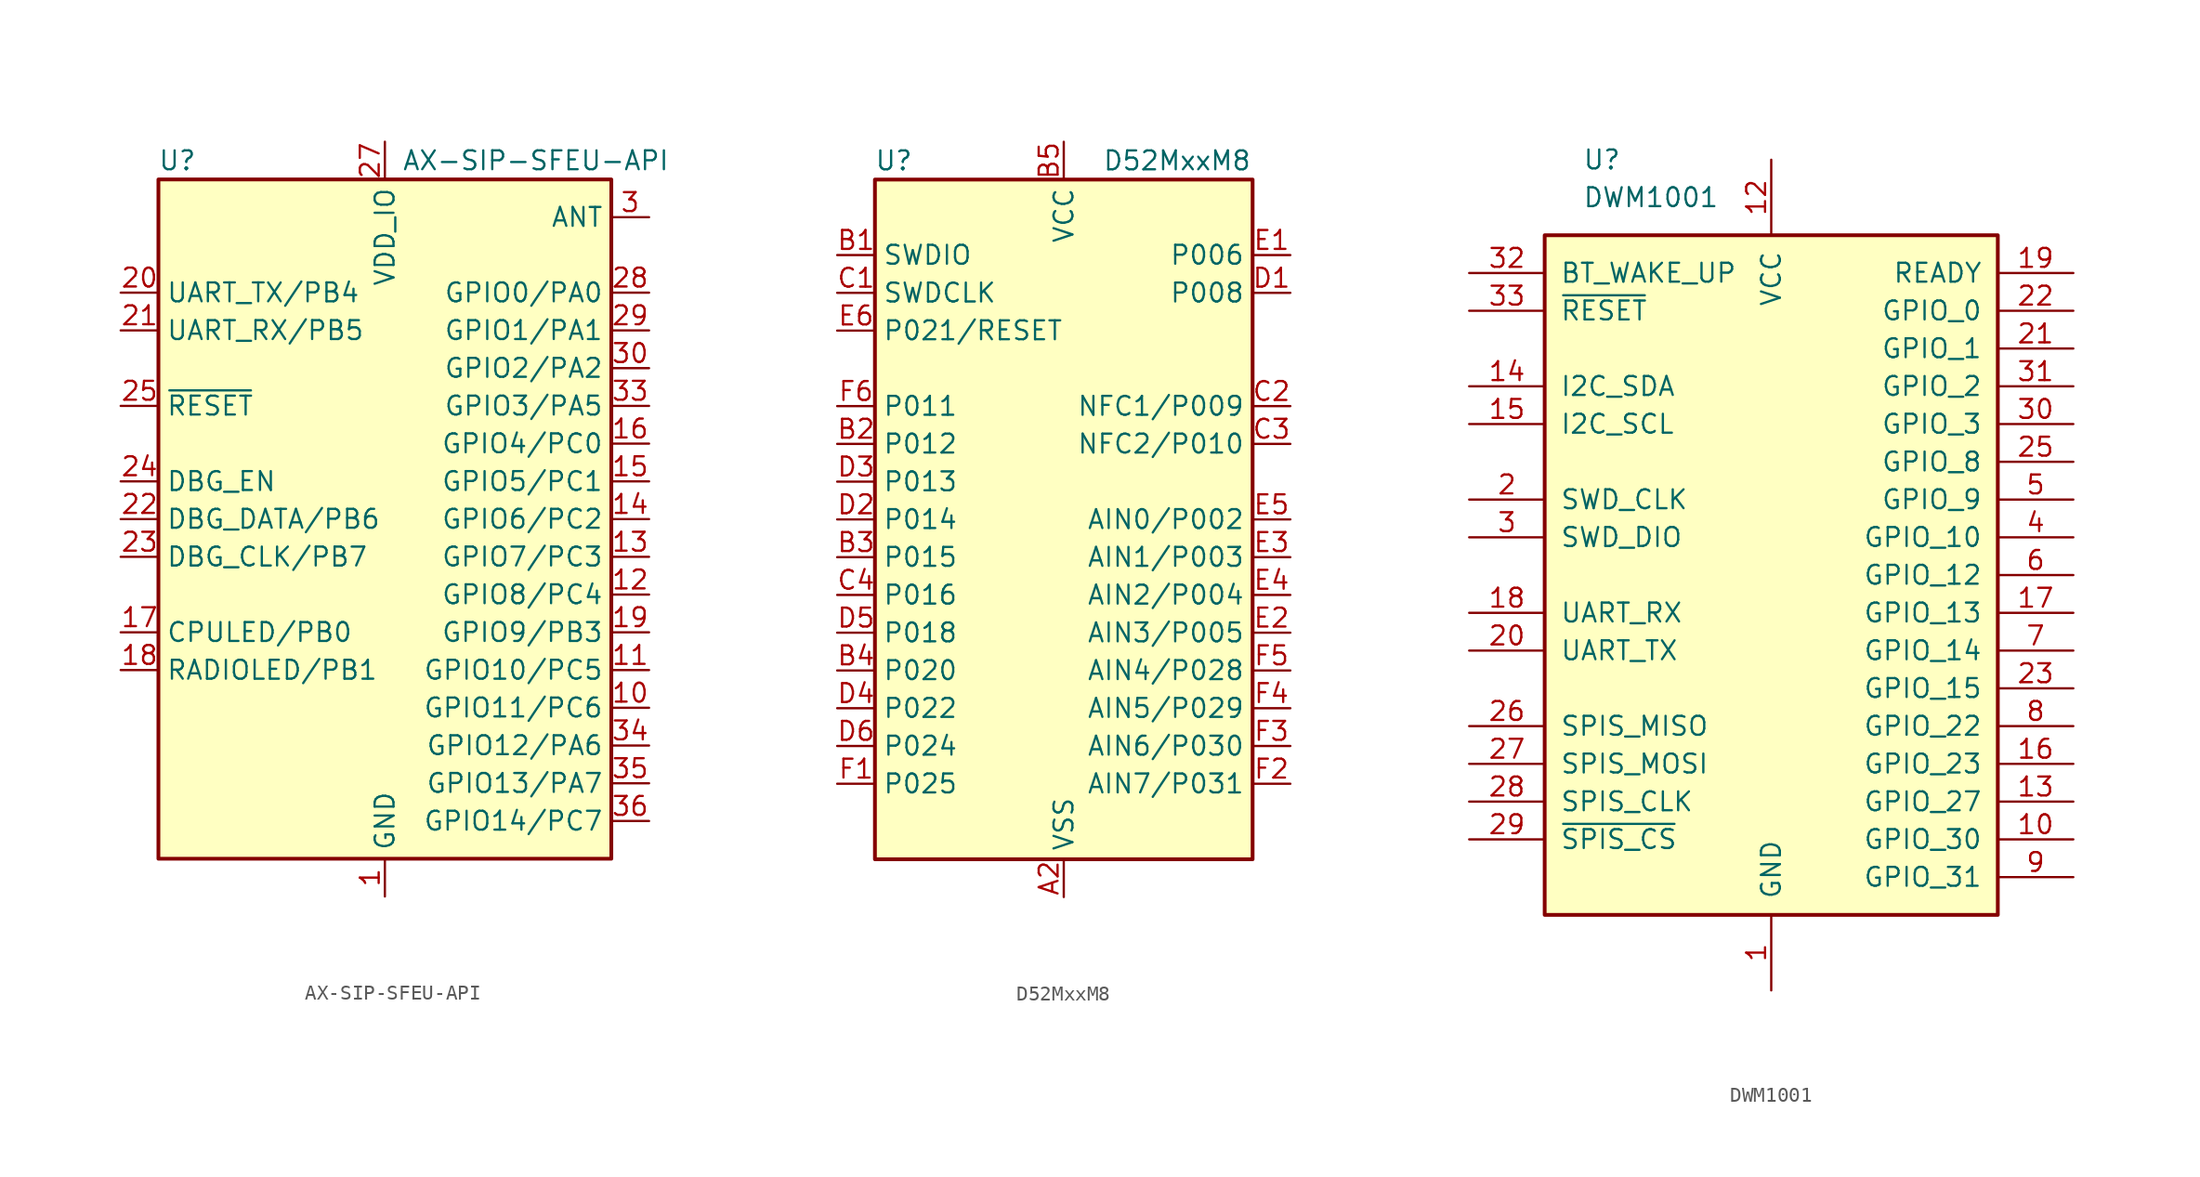
<source format=kicad_sym>
(kicad_symbol_lib
  (version 20241209)
  (generator "kicad_symbol_editor")
  (generator_version "9.0")
  (symbol "AX-SIP-SFEU-API"
    (property "Reference" "U"
      (at -13.97 24.13 0)
      (effects (font (size 1.27 1.27))))
    (property "Value" "AX-SIP-SFEU-API"
      (at 10.16 24.13 0)
      (effects (font (size 1.27 1.27))))
    (symbol "AX-SIP-SFEU-API_0_1"
      (rectangle (start -15.24 22.86) (end 15.24 -22.86) (stroke (width 0.254) (type default)) (fill (type background))))
    (symbol "AX-SIP-SFEU-API_1_1"
      (pin output line (at -17.78 15.24 0) (length 2.54) (name "UART_TX/PB4" (effects (font (size 1.27 1.27)))) (number "20" (effects (font (size 1.27 1.27)))))
      (pin input line (at -17.78 12.7 0) (length 2.54) (name "UART_RX/PB5" (effects (font (size 1.27 1.27)))) (number "21" (effects (font (size 1.27 1.27)))))
      (pin input line (at -17.78 7.62 0) (length 2.54) (name "~{RESET}" (effects (font (size 1.27 1.27)))) (number "25" (effects (font (size 1.27 1.27)))))
      (pin input line (at -17.78 2.54 0) (length 2.54) (name "DBG_EN" (effects (font (size 1.27 1.27)))) (number "24" (effects (font (size 1.27 1.27)))))
      (pin bidirectional line (at -17.78 0 0) (length 2.54) (name "DBG_DATA/PB6" (effects (font (size 1.27 1.27)))) (number "22" (effects (font (size 1.27 1.27)))))
      (pin input line (at -17.78 -2.54 0) (length 2.54) (name "DBG_CLK/PB7" (effects (font (size 1.27 1.27)))) (number "23" (effects (font (size 1.27 1.27)))))
      (pin output line (at -17.78 -7.62 0) (length 2.54) (name "CPULED/PB0" (effects (font (size 1.27 1.27)))) (number "17" (effects (font (size 1.27 1.27)))))
      (pin output line (at -17.78 -10.16 0) (length 2.54) (name "RADIOLED/PB1" (effects (font (size 1.27 1.27)))) (number "18" (effects (font (size 1.27 1.27)))))
      (pin no_connect line (at -10.16 22.86 270) (length 2.54) (hide yes) (name "NC" (effects (font (size 1.27 1.27)))) (number "5" (effects (font (size 1.27 1.27)))))
      (pin no_connect line (at -7.62 22.86 270) (length 2.54) (hide yes) (name "NC" (effects (font (size 1.27 1.27)))) (number "7" (effects (font (size 1.27 1.27)))))
      (pin no_connect line (at -5.08 22.86 270) (length 2.54) (hide yes) (name "NC" (effects (font (size 1.27 1.27)))) (number "8" (effects (font (size 1.27 1.27)))))
      (pin no_connect line (at -2.54 22.86 270) (length 2.54) (hide yes) (name "NC" (effects (font (size 1.27 1.27)))) (number "9" (effects (font (size 1.27 1.27)))))
      (pin power_in line (at 0 25.4 270) (length 2.54) (name "VDD_IO" (effects (font (size 1.27 1.27)))) (number "27" (effects (font (size 1.27 1.27)))))
      (pin power_in line (at 0 -25.4 90) (length 2.54) (name "GND" (effects (font (size 1.27 1.27)))) (number "1" (effects (font (size 1.27 1.27)))))
      (pin passive line (at 0 -25.4 90) (length 2.54) (hide yes) (name "GND" (effects (font (size 1.27 1.27)))) (number "2" (effects (font (size 1.27 1.27)))))
      (pin passive line (at 0 -25.4 90) (length 2.54) (hide yes) (name "GND" (effects (font (size 1.27 1.27)))) (number "26" (effects (font (size 1.27 1.27)))))
      (pin passive line (at 0 -25.4 90) (length 2.54) (hide yes) (name "GND" (effects (font (size 1.27 1.27)))) (number "39" (effects (font (size 1.27 1.27)))))
      (pin passive line (at 0 -25.4 90) (length 2.54) (hide yes) (name "GND" (effects (font (size 1.27 1.27)))) (number "4" (effects (font (size 1.27 1.27)))))
      (pin passive line (at 0 -25.4 90) (length 2.54) (hide yes) (name "GND" (effects (font (size 1.27 1.27)))) (number "40" (effects (font (size 1.27 1.27)))))
      (pin passive line (at 0 -25.4 90) (length 2.54) (hide yes) (name "GND" (effects (font (size 1.27 1.27)))) (number "41" (effects (font (size 1.27 1.27)))))
      (pin passive line (at 0 -25.4 90) (length 2.54) (hide yes) (name "GND" (effects (font (size 1.27 1.27)))) (number "42" (effects (font (size 1.27 1.27)))))
      (pin passive line (at 0 -25.4 90) (length 2.54) (hide yes) (name "GND" (effects (font (size 1.27 1.27)))) (number "43" (effects (font (size 1.27 1.27)))))
      (pin passive line (at 0 -25.4 90) (length 2.54) (hide yes) (name "GND" (effects (font (size 1.27 1.27)))) (number "44" (effects (font (size 1.27 1.27)))))
      (pin passive line (at 0 -25.4 90) (length 2.54) (hide yes) (name "GND" (effects (font (size 1.27 1.27)))) (number "6" (effects (font (size 1.27 1.27)))))
      (pin no_connect line (at 2.54 22.86 270) (length 2.54) (hide yes) (name "NC" (effects (font (size 1.27 1.27)))) (number "31" (effects (font (size 1.27 1.27)))))
      (pin no_connect line (at 5.08 22.86 270) (length 2.54) (hide yes) (name "NC" (effects (font (size 1.27 1.27)))) (number "32" (effects (font (size 1.27 1.27)))))
      (pin no_connect line (at 7.62 22.86 270) (length 2.54) (hide yes) (name "NC" (effects (font (size 1.27 1.27)))) (number "37" (effects (font (size 1.27 1.27)))))
      (pin no_connect line (at 10.16 22.86 270) (length 2.54) (hide yes) (name "NC" (effects (font (size 1.27 1.27)))) (number "38" (effects (font (size 1.27 1.27)))))
      (pin passive line (at 17.78 20.32 180) (length 2.54) (name "ANT" (effects (font (size 1.27 1.27)))) (number "3" (effects (font (size 1.27 1.27)))))
      (pin bidirectional line (at 17.78 15.24 180) (length 2.54) (name "GPIO0/PA0" (effects (font (size 1.27 1.27)))) (number "28" (effects (font (size 1.27 1.27)))))
      (pin bidirectional line (at 17.78 12.7 180) (length 2.54) (name "GPIO1/PA1" (effects (font (size 1.27 1.27)))) (number "29" (effects (font (size 1.27 1.27)))))
      (pin bidirectional line (at 17.78 10.16 180) (length 2.54) (name "GPIO2/PA2" (effects (font (size 1.27 1.27)))) (number "30" (effects (font (size 1.27 1.27)))))
      (pin bidirectional line (at 17.78 7.62 180) (length 2.54) (name "GPIO3/PA5" (effects (font (size 1.27 1.27)))) (number "33" (effects (font (size 1.27 1.27)))))
      (pin bidirectional line (at 17.78 5.08 180) (length 2.54) (name "GPIO4/PC0" (effects (font (size 1.27 1.27)))) (number "16" (effects (font (size 1.27 1.27)))))
      (pin bidirectional line (at 17.78 2.54 180) (length 2.54) (name "GPIO5/PC1" (effects (font (size 1.27 1.27)))) (number "15" (effects (font (size 1.27 1.27)))))
      (pin bidirectional line (at 17.78 0 180) (length 2.54) (name "GPIO6/PC2" (effects (font (size 1.27 1.27)))) (number "14" (effects (font (size 1.27 1.27)))))
      (pin bidirectional line (at 17.78 -2.54 180) (length 2.54) (name "GPIO7/PC3" (effects (font (size 1.27 1.27)))) (number "13" (effects (font (size 1.27 1.27)))))
      (pin bidirectional line (at 17.78 -5.08 180) (length 2.54) (name "GPIO8/PC4" (effects (font (size 1.27 1.27)))) (number "12" (effects (font (size 1.27 1.27)))))
      (pin bidirectional line (at 17.78 -7.62 180) (length 2.54) (name "GPIO9/PB3" (effects (font (size 1.27 1.27)))) (number "19" (effects (font (size 1.27 1.27)))))
      (pin bidirectional line (at 17.78 -10.16 180) (length 2.54) (name "GPIO10/PC5" (effects (font (size 1.27 1.27)))) (number "11" (effects (font (size 1.27 1.27)))))
      (pin bidirectional line (at 17.78 -12.7 180) (length 2.54) (name "GPIO11/PC6" (effects (font (size 1.27 1.27)))) (number "10" (effects (font (size 1.27 1.27)))))
      (pin bidirectional line (at 17.78 -15.24 180) (length 2.54) (name "GPIO12/PA6" (effects (font (size 1.27 1.27)))) (number "34" (effects (font (size 1.27 1.27)))))
      (pin bidirectional line (at 17.78 -17.78 180) (length 2.54) (name "GPIO13/PA7" (effects (font (size 1.27 1.27)))) (number "35" (effects (font (size 1.27 1.27)))))
      (pin bidirectional line (at 17.78 -20.32 180) (length 2.54) (name "GPIO14/PC7" (effects (font (size 1.27 1.27)))) (number "36" (effects (font (size 1.27 1.27)))))))
  (symbol "D52MxxM8"
    (property "Reference" "U"
      (at -11.43 24.13 0)
      (effects (font (size 1.27 1.27))))
    (property "Value" "D52MxxM8"
      (at 7.62 24.13 0)
      (effects (font (size 1.27 1.27))))
    (symbol "D52MxxM8_0_1"
      (rectangle (start -12.7 22.86) (end 12.7 -22.86) (stroke (width 0.254) (type default)) (fill (type background))))
    (symbol "D52MxxM8_1_1"
      (pin bidirectional line (at -15.24 17.78 0) (length 2.54) (name "SWDIO" (effects (font (size 1.27 1.27)))) (number "B1" (effects (font (size 1.27 1.27)))))
      (pin input line (at -15.24 15.24 0) (length 2.54) (name "SWDCLK" (effects (font (size 1.27 1.27)))) (number "C1" (effects (font (size 1.27 1.27)))))
      (pin bidirectional line (at -15.24 12.7 0) (length 2.54) (name "P021/RESET" (effects (font (size 1.27 1.27)))) (number "E6" (effects (font (size 1.27 1.27)))))
      (pin bidirectional line (at -15.24 7.62 0) (length 2.54) (name "P011" (effects (font (size 1.27 1.27)))) (number "F6" (effects (font (size 1.27 1.27)))))
      (pin bidirectional line (at -15.24 5.08 0) (length 2.54) (name "P012" (effects (font (size 1.27 1.27)))) (number "B2" (effects (font (size 1.27 1.27)))))
      (pin bidirectional line (at -15.24 2.54 0) (length 2.54) (name "P013" (effects (font (size 1.27 1.27)))) (number "D3" (effects (font (size 1.27 1.27)))))
      (pin bidirectional line (at -15.24 0 0) (length 2.54) (name "P014" (effects (font (size 1.27 1.27)))) (number "D2" (effects (font (size 1.27 1.27)))))
      (pin bidirectional line (at -15.24 -2.54 0) (length 2.54) (name "P015" (effects (font (size 1.27 1.27)))) (number "B3" (effects (font (size 1.27 1.27)))))
      (pin bidirectional line (at -15.24 -5.08 0) (length 2.54) (name "P016" (effects (font (size 1.27 1.27)))) (number "C4" (effects (font (size 1.27 1.27)))))
      (pin bidirectional line (at -15.24 -7.62 0) (length 2.54) (name "P018" (effects (font (size 1.27 1.27)))) (number "D5" (effects (font (size 1.27 1.27)))))
      (pin bidirectional line (at -15.24 -10.16 0) (length 2.54) (name "P020" (effects (font (size 1.27 1.27)))) (number "B4" (effects (font (size 1.27 1.27)))))
      (pin bidirectional line (at -15.24 -12.7 0) (length 2.54) (name "P022" (effects (font (size 1.27 1.27)))) (number "D4" (effects (font (size 1.27 1.27)))))
      (pin bidirectional line (at -15.24 -15.24 0) (length 2.54) (name "P024" (effects (font (size 1.27 1.27)))) (number "D6" (effects (font (size 1.27 1.27)))))
      (pin bidirectional line (at -15.24 -17.78 0) (length 2.54) (name "P025" (effects (font (size 1.27 1.27)))) (number "F1" (effects (font (size 1.27 1.27)))))
      (pin power_in line (at 0 25.4 270) (length 2.54) (name "VCC" (effects (font (size 1.27 1.27)))) (number "B5" (effects (font (size 1.27 1.27)))))
      (pin passive line (at 0 25.4 270) (length 2.54) (hide yes) (name "VCC" (effects (font (size 1.27 1.27)))) (number "B6" (effects (font (size 1.27 1.27)))))
      (pin passive line (at 0 25.4 270) (length 2.54) (hide yes) (name "VCC" (effects (font (size 1.27 1.27)))) (number "C5" (effects (font (size 1.27 1.27)))))
      (pin passive line (at 0 25.4 270) (length 2.54) (hide yes) (name "VCC" (effects (font (size 1.27 1.27)))) (number "C6" (effects (font (size 1.27 1.27)))))
      (pin power_in line (at 0 -25.4 90) (length 2.54) (name "VSS" (effects (font (size 1.27 1.27)))) (number "A2" (effects (font (size 1.27 1.27)))))
      (pin passive line (at 0 -25.4 90) (length 2.54) (hide yes) (name "VSS" (effects (font (size 1.27 1.27)))) (number "A3" (effects (font (size 1.27 1.27)))))
      (pin passive line (at 0 -25.4 90) (length 2.54) (hide yes) (name "VSS" (effects (font (size 1.27 1.27)))) (number "A4" (effects (font (size 1.27 1.27)))))
      (pin passive line (at 0 -25.4 90) (length 2.54) (hide yes) (name "VSS" (effects (font (size 1.27 1.27)))) (number "A5" (effects (font (size 1.27 1.27)))))
      (pin passive line (at 0 -25.4 90) (length 2.54) (hide yes) (name "VSS" (effects (font (size 1.27 1.27)))) (number "A6" (effects (font (size 1.27 1.27)))))
      (pin bidirectional line (at 15.24 17.78 180) (length 2.54) (name "P006" (effects (font (size 1.27 1.27)))) (number "E1" (effects (font (size 1.27 1.27)))))
      (pin bidirectional line (at 15.24 15.24 180) (length 2.54) (name "P008" (effects (font (size 1.27 1.27)))) (number "D1" (effects (font (size 1.27 1.27)))))
      (pin bidirectional line (at 15.24 7.62 180) (length 2.54) (name "NFC1/P009" (effects (font (size 1.27 1.27)))) (number "C2" (effects (font (size 1.27 1.27)))))
      (pin bidirectional line (at 15.24 5.08 180) (length 2.54) (name "NFC2/P010" (effects (font (size 1.27 1.27)))) (number "C3" (effects (font (size 1.27 1.27)))))
      (pin bidirectional line (at 15.24 0 180) (length 2.54) (name "AIN0/P002" (effects (font (size 1.27 1.27)))) (number "E5" (effects (font (size 1.27 1.27)))))
      (pin bidirectional line (at 15.24 -2.54 180) (length 2.54) (name "AIN1/P003" (effects (font (size 1.27 1.27)))) (number "E3" (effects (font (size 1.27 1.27)))))
      (pin bidirectional line (at 15.24 -5.08 180) (length 2.54) (name "AIN2/P004" (effects (font (size 1.27 1.27)))) (number "E4" (effects (font (size 1.27 1.27)))))
      (pin bidirectional line (at 15.24 -7.62 180) (length 2.54) (name "AIN3/P005" (effects (font (size 1.27 1.27)))) (number "E2" (effects (font (size 1.27 1.27)))))
      (pin bidirectional line (at 15.24 -10.16 180) (length 2.54) (name "AIN4/P028" (effects (font (size 1.27 1.27)))) (number "F5" (effects (font (size 1.27 1.27)))))
      (pin bidirectional line (at 15.24 -12.7 180) (length 2.54) (name "AIN5/P029" (effects (font (size 1.27 1.27)))) (number "F4" (effects (font (size 1.27 1.27)))))
      (pin bidirectional line (at 15.24 -15.24 180) (length 2.54) (name "AIN6/P030" (effects (font (size 1.27 1.27)))) (number "F3" (effects (font (size 1.27 1.27)))))
      (pin bidirectional line (at 15.24 -17.78 180) (length 2.54) (name "AIN7/P031" (effects (font (size 1.27 1.27)))) (number "F2" (effects (font (size 1.27 1.27)))))))
  (symbol "DWM1001"
    (pin_names
      (offset 1.016))
    (property "Reference" "U"
      (at -12.7 27.94 0)
      (effects (font (size 1.27 1.27)) (justify left)))
    (property "Value" "DWM1001"
      (at -12.7 25.4 0)
      (effects (font (size 1.27 1.27)) (justify left)))
    (symbol "DWM1001_0_1"
      (rectangle (start 15.24 22.86) (end -15.24 -22.86) (stroke (width 0.254) (type default)) (fill (type background))))
    (symbol "DWM1001_1_1"
      (pin input line (at -20.32 20.32 0) (length 5.08) (name "BT_WAKE_UP" (effects (font (size 1.27 1.27)))) (number "32" (effects (font (size 1.27 1.27)))))
      (pin input line (at -20.32 17.78 0) (length 5.08) (name "~{RESET}" (effects (font (size 1.27 1.27)))) (number "33" (effects (font (size 1.27 1.27)))))
      (pin bidirectional line (at -20.32 12.7 0) (length 5.08) (name "I2C_SDA" (effects (font (size 1.27 1.27)))) (number "14" (effects (font (size 1.27 1.27)))))
      (pin output line (at -20.32 10.16 0) (length 5.08) (name "I2C_SCL" (effects (font (size 1.27 1.27)))) (number "15" (effects (font (size 1.27 1.27)))))
      (pin input line (at -20.32 5.08 0) (length 5.08) (name "SWD_CLK" (effects (font (size 1.27 1.27)))) (number "2" (effects (font (size 1.27 1.27)))))
      (pin bidirectional line (at -20.32 2.54 0) (length 5.08) (name "SWD_DIO" (effects (font (size 1.27 1.27)))) (number "3" (effects (font (size 1.27 1.27)))))
      (pin input line (at -20.32 -2.54 0) (length 5.08) (name "UART_RX" (effects (font (size 1.27 1.27)))) (number "18" (effects (font (size 1.27 1.27)))))
      (pin output line (at -20.32 -5.08 0) (length 5.08) (name "UART_TX" (effects (font (size 1.27 1.27)))) (number "20" (effects (font (size 1.27 1.27)))))
      (pin output line (at -20.32 -10.16 0) (length 5.08) (name "SPIS_MISO" (effects (font (size 1.27 1.27)))) (number "26" (effects (font (size 1.27 1.27)))))
      (pin tri_state line (at -20.32 -12.7 0) (length 5.08) (name "SPIS_MOSI" (effects (font (size 1.27 1.27)))) (number "27" (effects (font (size 1.27 1.27)))))
      (pin input line (at -20.32 -15.24 0) (length 5.08) (name "SPIS_CLK" (effects (font (size 1.27 1.27)))) (number "28" (effects (font (size 1.27 1.27)))))
      (pin input line (at -20.32 -17.78 0) (length 5.08) (name "~{SPIS_CS}" (effects (font (size 1.27 1.27)))) (number "29" (effects (font (size 1.27 1.27)))))
      (pin power_in line (at 0 27.94 270) (length 5.08) (name "VCC" (effects (font (size 1.27 1.27)))) (number "12" (effects (font (size 1.27 1.27)))))
      (pin power_in line (at 0 -27.94 90) (length 5.08) (name "GND" (effects (font (size 1.27 1.27)))) (number "1" (effects (font (size 1.27 1.27)))))
      (pin passive line (at 0 -27.94 90) (length 5.08) (hide yes) (name "GND" (effects (font (size 1.27 1.27)))) (number "11" (effects (font (size 1.27 1.27)))))
      (pin passive line (at 0 -27.94 90) (length 5.08) (hide yes) (name "GND" (effects (font (size 1.27 1.27)))) (number "24" (effects (font (size 1.27 1.27)))))
      (pin passive line (at 0 -27.94 90) (length 5.08) (hide yes) (name "GND" (effects (font (size 1.27 1.27)))) (number "34" (effects (font (size 1.27 1.27)))))
      (pin output line (at 20.32 20.32 180) (length 5.08) (name "READY" (effects (font (size 1.27 1.27)))) (number "19" (effects (font (size 1.27 1.27)))))
      (pin bidirectional line (at 20.32 17.78 180) (length 5.08) (name "GPIO_0" (effects (font (size 1.27 1.27)))) (number "22" (effects (font (size 1.27 1.27)))))
      (pin bidirectional line (at 20.32 15.24 180) (length 5.08) (name "GPIO_1" (effects (font (size 1.27 1.27)))) (number "21" (effects (font (size 1.27 1.27)))))
      (pin bidirectional line (at 20.32 12.7 180) (length 5.08) (name "GPIO_2" (effects (font (size 1.27 1.27)))) (number "31" (effects (font (size 1.27 1.27)))))
      (pin bidirectional line (at 20.32 10.16 180) (length 5.08) (name "GPIO_3" (effects (font (size 1.27 1.27)))) (number "30" (effects (font (size 1.27 1.27)))))
      (pin bidirectional line (at 20.32 7.62 180) (length 5.08) (name "GPIO_8" (effects (font (size 1.27 1.27)))) (number "25" (effects (font (size 1.27 1.27)))))
      (pin bidirectional line (at 20.32 5.08 180) (length 5.08) (name "GPIO_9" (effects (font (size 1.27 1.27)))) (number "5" (effects (font (size 1.27 1.27)))))
      (pin bidirectional line (at 20.32 2.54 180) (length 5.08) (name "GPIO_10" (effects (font (size 1.27 1.27)))) (number "4" (effects (font (size 1.27 1.27)))))
      (pin bidirectional line (at 20.32 0 180) (length 5.08) (name "GPIO_12" (effects (font (size 1.27 1.27)))) (number "6" (effects (font (size 1.27 1.27)))))
      (pin bidirectional line (at 20.32 -2.54 180) (length 5.08) (name "GPIO_13" (effects (font (size 1.27 1.27)))) (number "17" (effects (font (size 1.27 1.27)))))
      (pin bidirectional line (at 20.32 -5.08 180) (length 5.08) (name "GPIO_14" (effects (font (size 1.27 1.27)))) (number "7" (effects (font (size 1.27 1.27)))))
      (pin bidirectional line (at 20.32 -7.62 180) (length 5.08) (name "GPIO_15" (effects (font (size 1.27 1.27)))) (number "23" (effects (font (size 1.27 1.27)))))
      (pin bidirectional line (at 20.32 -10.16 180) (length 5.08) (name "GPIO_22" (effects (font (size 1.27 1.27)))) (number "8" (effects (font (size 1.27 1.27)))))
      (pin bidirectional line (at 20.32 -12.7 180) (length 5.08) (name "GPIO_23" (effects (font (size 1.27 1.27)))) (number "16" (effects (font (size 1.27 1.27)))))
      (pin bidirectional line (at 20.32 -15.24 180) (length 5.08) (name "GPIO_27" (effects (font (size 1.27 1.27)))) (number "13" (effects (font (size 1.27 1.27)))))
      (pin bidirectional line (at 20.32 -17.78 180) (length 5.08) (name "GPIO_30" (effects (font (size 1.27 1.27)))) (number "10" (effects (font (size 1.27 1.27)))))
      (pin bidirectional line (at 20.32 -20.32 180) (length 5.08) (name "GPIO_31" (effects (font (size 1.27 1.27)))) (number "9" (effects (font (size 1.27 1.27))))))))
</source>
